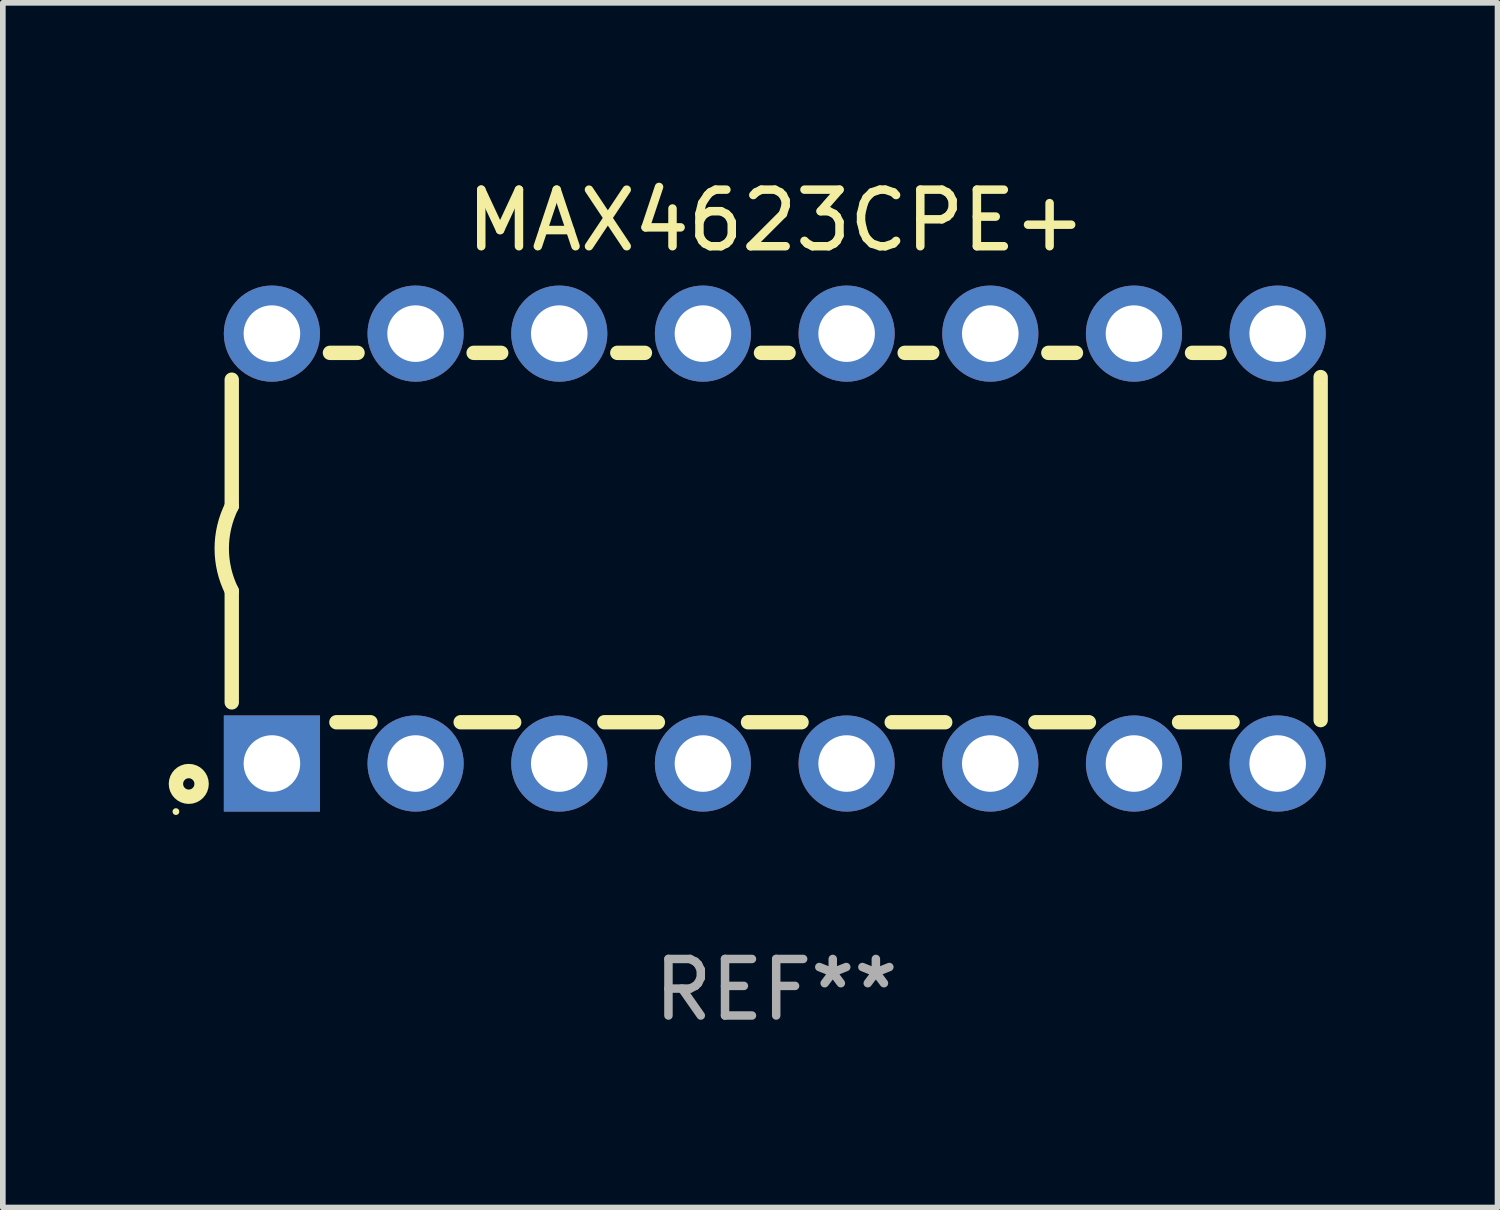
<source format=kicad_pcb>
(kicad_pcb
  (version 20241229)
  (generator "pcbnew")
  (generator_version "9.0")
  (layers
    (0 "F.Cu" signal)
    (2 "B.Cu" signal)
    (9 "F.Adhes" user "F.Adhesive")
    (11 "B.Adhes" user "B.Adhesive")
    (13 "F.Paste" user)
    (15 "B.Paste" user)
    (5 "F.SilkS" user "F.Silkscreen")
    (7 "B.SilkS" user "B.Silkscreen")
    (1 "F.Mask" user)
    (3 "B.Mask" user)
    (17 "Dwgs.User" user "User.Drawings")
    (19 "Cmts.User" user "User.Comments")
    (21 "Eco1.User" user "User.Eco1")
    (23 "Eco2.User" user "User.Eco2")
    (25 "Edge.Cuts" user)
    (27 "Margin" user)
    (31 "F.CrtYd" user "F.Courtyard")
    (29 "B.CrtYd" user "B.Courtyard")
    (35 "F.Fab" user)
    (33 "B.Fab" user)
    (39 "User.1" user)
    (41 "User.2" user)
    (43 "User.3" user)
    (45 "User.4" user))
  (footprint "MAX4623CPE+"
    (layer "F.Cu")
    (at 10.672 6.648)
    (property "Reference" "MAX4623CPE+" (at 0 -5.8 0) (layer "F.SilkS") (effects (font (size 1 1) (thickness 0.15))))
    (attr through_hole)
    (fp_line (start -9.625 -0.75) (end -9.625 -2.986) (stroke (width 0.254) (type solid)) (layer "F.SilkS"))
    (fp_line (start -9.625 0.749) (end -9.625 2.719) (stroke (width 0.254) (type solid)) (layer "F.SilkS"))
    (fp_line (start -7.889 -3.46) (end -7.401 -3.46) (stroke (width 0.254) (type solid)) (layer "F.SilkS"))
    (fp_line (start -7.775 3.07) (end -7.172 3.07) (stroke (width 0.254) (type solid)) (layer "F.SilkS"))
    (fp_line (start -5.578 3.07) (end -4.632 3.07) (stroke (width 0.254) (type solid)) (layer "F.SilkS"))
    (fp_line (start -5.349 -3.46) (end -4.861 -3.46) (stroke (width 0.254) (type solid)) (layer "F.SilkS"))
    (fp_line (start -3.038 3.07) (end -2.092 3.07) (stroke (width 0.254) (type solid)) (layer "F.SilkS"))
    (fp_line (start -2.809 -3.46) (end -2.321 -3.46) (stroke (width 0.254) (type solid)) (layer "F.SilkS"))
    (fp_line (start -0.498 3.07) (end 0.448 3.07) (stroke (width 0.254) (type solid)) (layer "F.SilkS"))
    (fp_line (start -0.269 -3.46) (end 0.219 -3.46) (stroke (width 0.254) (type solid)) (layer "F.SilkS"))
    (fp_line (start 2.042 3.07) (end 2.988 3.07) (stroke (width 0.254) (type solid)) (layer "F.SilkS"))
    (fp_line (start 2.271 -3.46) (end 2.759 -3.46) (stroke (width 0.254) (type solid)) (layer "F.SilkS"))
    (fp_line (start 4.582 3.07) (end 5.528 3.07) (stroke (width 0.254) (type solid)) (layer "F.SilkS"))
    (fp_line (start 4.811 -3.46) (end 5.299 -3.46) (stroke (width 0.254) (type solid)) (layer "F.SilkS"))
    (fp_line (start 7.122 3.07) (end 8.068 3.07) (stroke (width 0.254) (type solid)) (layer "F.SilkS"))
    (fp_line (start 7.351 -3.46) (end 7.839 -3.46) (stroke (width 0.254) (type solid)) (layer "F.SilkS"))
    (fp_line (start 9.625 3.032) (end 9.625 -3.032) (stroke (width 0.254) (type solid)) (layer "F.SilkS"))
    (fp_arc (start -9.624993 0.748819) (mid -9.801912 -0.000581) (end -9.625019 -0.749987) (stroke (width 0.254001) (type solid)) (layer "F.SilkS"))
    (fp_circle (center -10.612 4.65) (end -10.582 4.65) (stroke (width 0.06) (type solid)) (fill no) (layer "F.SilkS"))
    (fp_circle (center -10.385 4.16) (end -10.285 4.16) (stroke (width 0.254) (type solid)) (fill no) (layer "F.SilkS"))
    (fp_text user "REF**" (at 0 7.8 0) (layer "F.Fab") (effects (font (size 1 1) (thickness 0.15))))
    (pad "1" thru_hole rect (at -8.915 3.8 90) (size 1.7 1.7) (drill 1) (layers "*.Cu" "*.Mask"))
    (pad "2" thru_hole circle (at -6.375 3.8) (size 1.7 1.7) (drill 1) (layers "*.Cu" "*.Mask"))
    (pad "3" thru_hole circle (at -3.835 3.8) (size 1.7 1.7) (drill 1) (layers "*.Cu" "*.Mask"))
    (pad "4" thru_hole circle (at -1.295 3.8) (size 1.7 1.7) (drill 1) (layers "*.Cu" "*.Mask"))
    (pad "5" thru_hole circle (at 1.245 3.8) (size 1.7 1.7) (drill 1) (layers "*.Cu" "*.Mask"))
    (pad "6" thru_hole circle (at 3.785 3.8) (size 1.7 1.7) (drill 1) (layers "*.Cu" "*.Mask"))
    (pad "7" thru_hole circle (at 6.325 3.8) (size 1.7 1.7) (drill 1) (layers "*.Cu" "*.Mask"))
    (pad "8" thru_hole circle (at 8.865 3.8) (size 1.7 1.7) (drill 1) (layers "*.Cu" "*.Mask"))
    (pad "9" thru_hole circle (at 8.865 -3.8) (size 1.7 1.7) (drill 1) (layers "*.Cu" "*.Mask"))
    (pad "10" thru_hole circle (at 6.325 -3.8) (size 1.7 1.7) (drill 1) (layers "*.Cu" "*.Mask"))
    (pad "11" thru_hole circle (at 3.785 -3.8) (size 1.7 1.7) (drill 1) (layers "*.Cu" "*.Mask"))
    (pad "12" thru_hole circle (at 1.245 -3.8) (size 1.7 1.7) (drill 1) (layers "*.Cu" "*.Mask"))
    (pad "13" thru_hole circle (at -1.295 -3.8) (size 1.7 1.7) (drill 1) (layers "*.Cu" "*.Mask"))
    (pad "14" thru_hole circle (at -3.835 -3.8) (size 1.7 1.7) (drill 1) (layers "*.Cu" "*.Mask"))
    (pad "15" thru_hole circle (at -6.375 -3.8) (size 1.7 1.7) (drill 1) (layers "*.Cu" "*.Mask"))
    (pad "16" thru_hole circle (at -8.915 -3.8) (size 1.7 1.7) (drill 1) (layers "*.Cu" "*.Mask")))
  (gr_rect
    (start -3 -3)
    (end 23.424 18.297)
    (stroke (width 0.1) (type default))
    (fill no)
    (layer "Edge.Cuts")))
</source>
